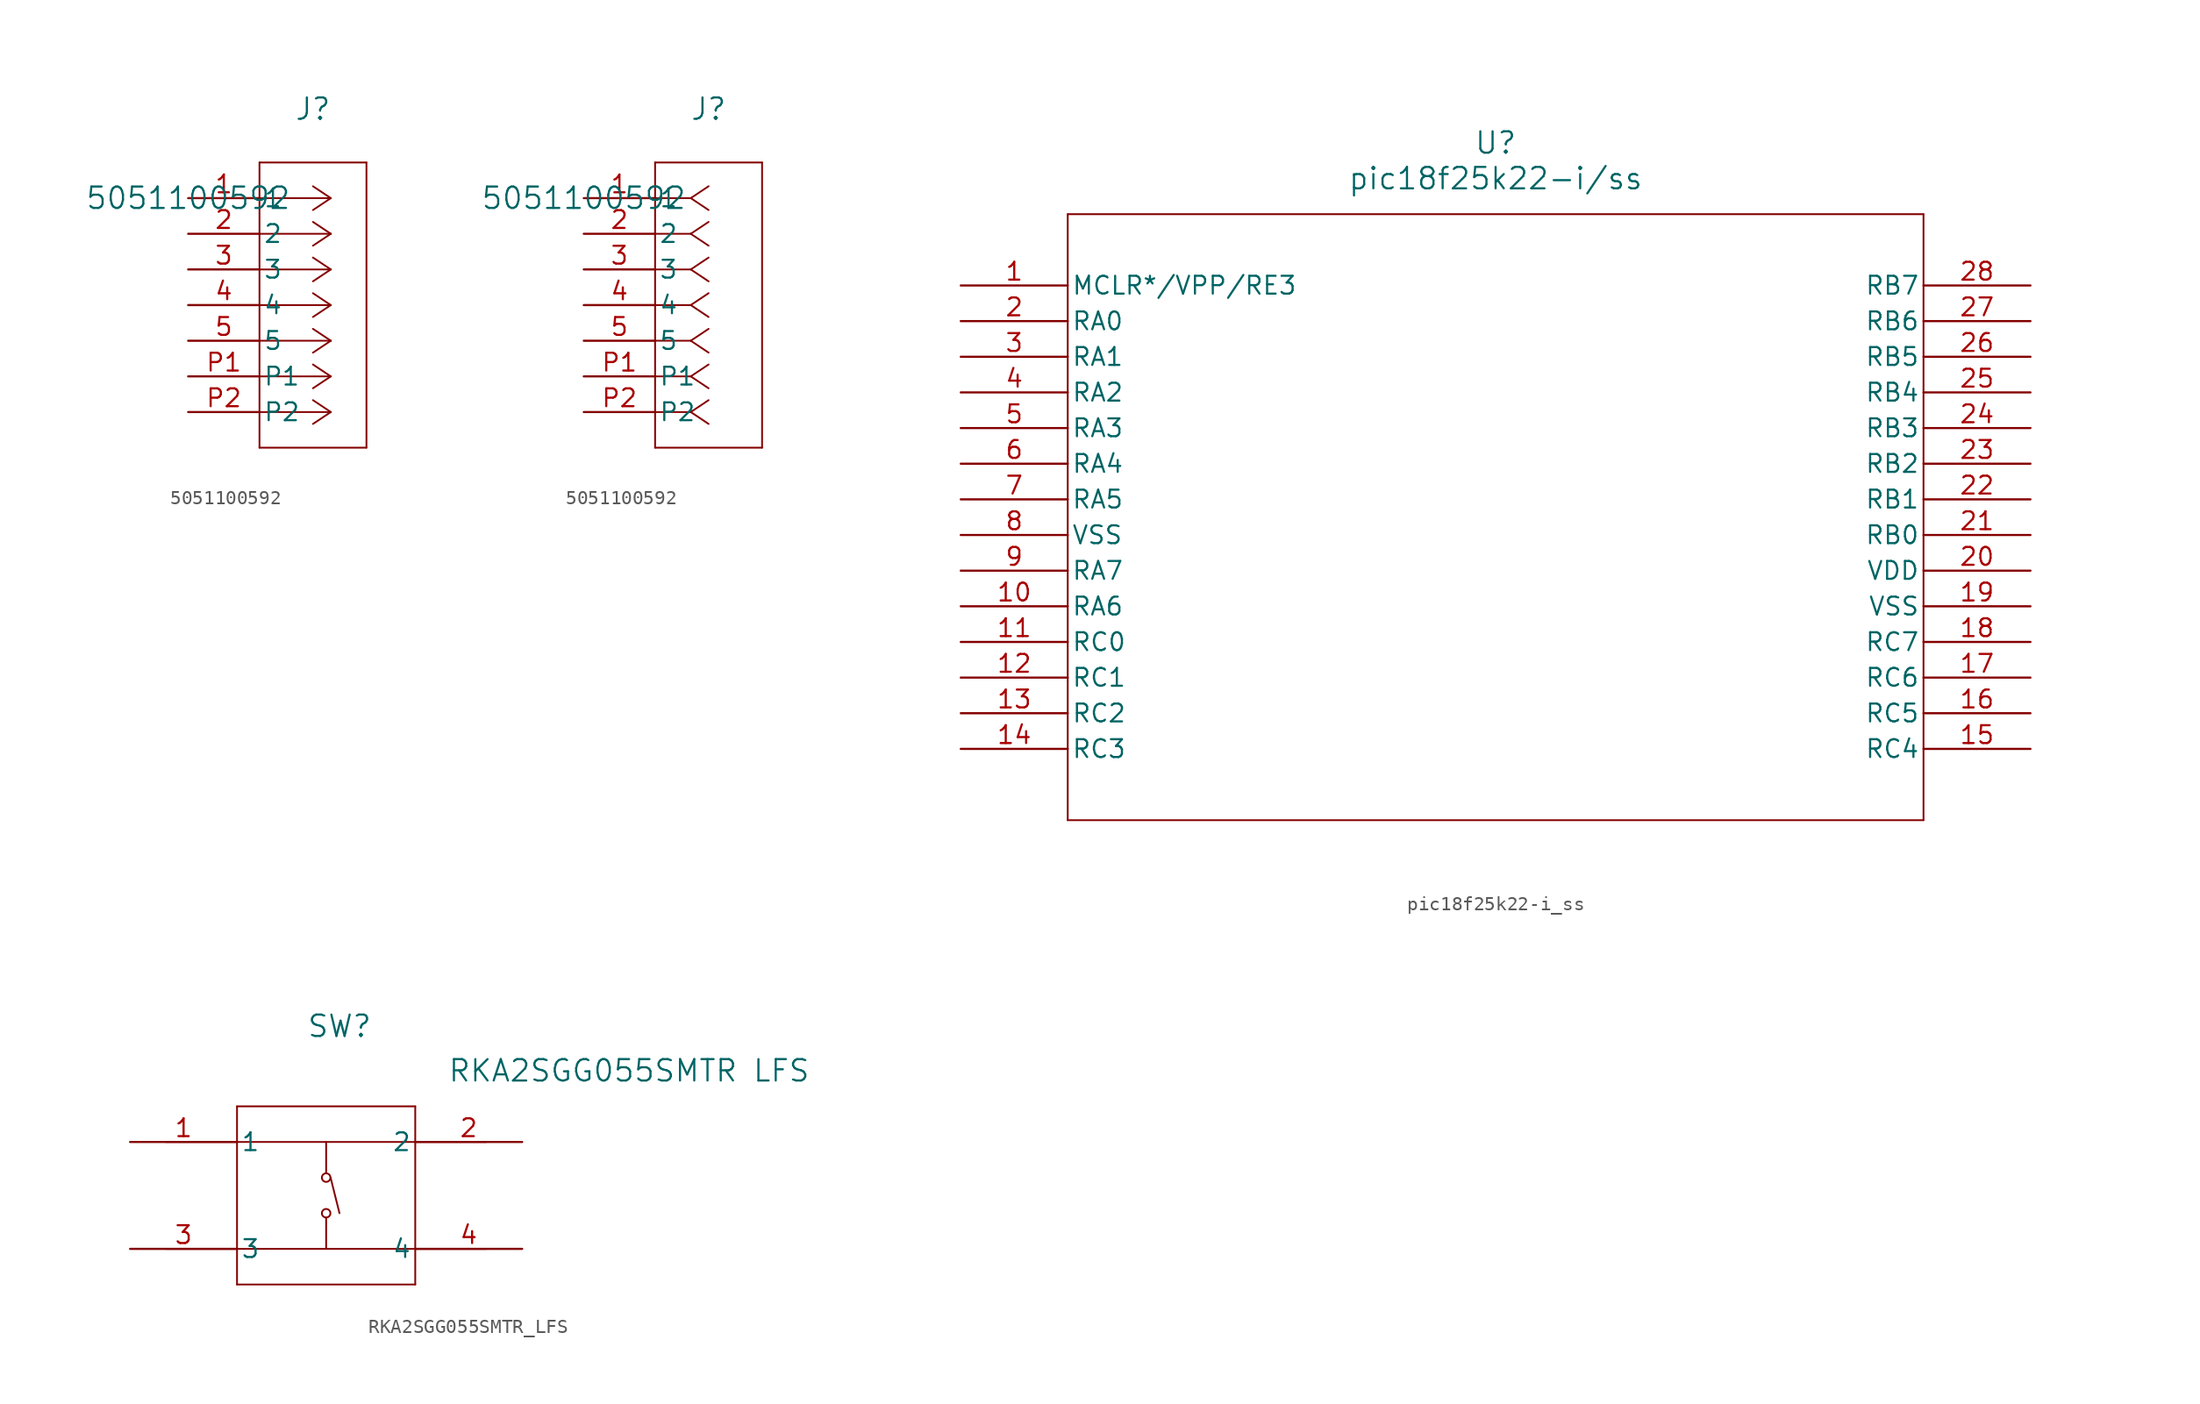
<source format=kicad_sym>
(kicad_symbol_lib
  (version 20220914)
  (generator kicad_symbol_editor)
  (symbol "5051100592"
    (pin_names
      (offset 0.254))
    (property "Reference" "J"
      (at 8.89 6.35 0)
      (effects (font (size 1.524 1.524))))
    (property "Value" "5051100592"
      (at 0 0 0)
      (effects (font (size 1.524 1.524))))
    (property "ki_locked" ""
      (at 0 0 0)
      (effects (font (size 1.27 1.27))))
    (symbol "5051100592_1_1"
      (polyline (pts (xy 5.08 -17.78) (xy 12.7 -17.78)) (stroke (width 0.127) (type default)) (fill (type none)))
      (polyline (pts (xy 5.08 2.54) (xy 5.08 -17.78)) (stroke (width 0.127) (type default)) (fill (type none)))
      (polyline (pts (xy 10.16 -15.24) (xy 5.08 -15.24)) (stroke (width 0.127) (type default)) (fill (type none)))
      (polyline (pts (xy 10.16 -15.24) (xy 8.89 -16.087)) (stroke (width 0.127) (type default)) (fill (type none)))
      (polyline (pts (xy 10.16 -15.24) (xy 8.89 -14.393)) (stroke (width 0.127) (type default)) (fill (type none)))
      (polyline (pts (xy 10.16 -12.7) (xy 5.08 -12.7)) (stroke (width 0.127) (type default)) (fill (type none)))
      (polyline (pts (xy 10.16 -12.7) (xy 8.89 -13.547)) (stroke (width 0.127) (type default)) (fill (type none)))
      (polyline (pts (xy 10.16 -12.7) (xy 8.89 -11.853)) (stroke (width 0.127) (type default)) (fill (type none)))
      (polyline (pts (xy 10.16 -10.16) (xy 5.08 -10.16)) (stroke (width 0.127) (type default)) (fill (type none)))
      (polyline (pts (xy 10.16 -10.16) (xy 8.89 -11.007)) (stroke (width 0.127) (type default)) (fill (type none)))
      (polyline (pts (xy 10.16 -10.16) (xy 8.89 -9.313)) (stroke (width 0.127) (type default)) (fill (type none)))
      (polyline (pts (xy 10.16 -7.62) (xy 5.08 -7.62)) (stroke (width 0.127) (type default)) (fill (type none)))
      (polyline (pts (xy 10.16 -7.62) (xy 8.89 -8.467)) (stroke (width 0.127) (type default)) (fill (type none)))
      (polyline (pts (xy 10.16 -7.62) (xy 8.89 -6.773)) (stroke (width 0.127) (type default)) (fill (type none)))
      (polyline (pts (xy 10.16 -5.08) (xy 5.08 -5.08)) (stroke (width 0.127) (type default)) (fill (type none)))
      (polyline (pts (xy 10.16 -5.08) (xy 8.89 -5.927)) (stroke (width 0.127) (type default)) (fill (type none)))
      (polyline (pts (xy 10.16 -5.08) (xy 8.89 -4.233)) (stroke (width 0.127) (type default)) (fill (type none)))
      (polyline (pts (xy 10.16 -2.54) (xy 5.08 -2.54)) (stroke (width 0.127) (type default)) (fill (type none)))
      (polyline (pts (xy 10.16 -2.54) (xy 8.89 -3.387)) (stroke (width 0.127) (type default)) (fill (type none)))
      (polyline (pts (xy 10.16 -2.54) (xy 8.89 -1.693)) (stroke (width 0.127) (type default)) (fill (type none)))
      (polyline (pts (xy 10.16 0) (xy 5.08 0)) (stroke (width 0.127) (type default)) (fill (type none)))
      (polyline (pts (xy 10.16 0) (xy 8.89 -0.847)) (stroke (width 0.127) (type default)) (fill (type none)))
      (polyline (pts (xy 10.16 0) (xy 8.89 0.847)) (stroke (width 0.127) (type default)) (fill (type none)))
      (polyline (pts (xy 12.7 -17.78) (xy 12.7 2.54)) (stroke (width 0.127) (type default)) (fill (type none)))
      (polyline (pts (xy 12.7 2.54) (xy 5.08 2.54)) (stroke (width 0.127) (type default)) (fill (type none)))
      (pin unspecified line (at 0 0 0) (length 5.08) (name "1" (effects (font (size 1.27 1.27)))) (number "1" (effects (font (size 1.27 1.27)))))
      (pin unspecified line (at 0 -2.54 0) (length 5.08) (name "2" (effects (font (size 1.27 1.27)))) (number "2" (effects (font (size 1.27 1.27)))))
      (pin unspecified line (at 0 -5.08 0) (length 5.08) (name "3" (effects (font (size 1.27 1.27)))) (number "3" (effects (font (size 1.27 1.27)))))
      (pin unspecified line (at 0 -7.62 0) (length 5.08) (name "4" (effects (font (size 1.27 1.27)))) (number "4" (effects (font (size 1.27 1.27)))))
      (pin unspecified line (at 0 -10.16 0) (length 5.08) (name "5" (effects (font (size 1.27 1.27)))) (number "5" (effects (font (size 1.27 1.27)))))
      (pin unspecified line (at 0 -12.7 0) (length 5.08) (name "P1" (effects (font (size 1.27 1.27)))) (number "P1" (effects (font (size 1.27 1.27)))))
      (pin unspecified line (at 0 -15.24 0) (length 5.08) (name "P2" (effects (font (size 1.27 1.27)))) (number "P2" (effects (font (size 1.27 1.27))))))
    (symbol "5051100592_1_2"
      (polyline (pts (xy 5.08 -17.78) (xy 12.7 -17.78)) (stroke (width 0.127) (type default)) (fill (type none)))
      (polyline (pts (xy 5.08 2.54) (xy 5.08 -17.78)) (stroke (width 0.127) (type default)) (fill (type none)))
      (polyline (pts (xy 7.62 -15.24) (xy 5.08 -15.24)) (stroke (width 0.127) (type default)) (fill (type none)))
      (polyline (pts (xy 7.62 -15.24) (xy 8.89 -16.087)) (stroke (width 0.127) (type default)) (fill (type none)))
      (polyline (pts (xy 7.62 -15.24) (xy 8.89 -14.393)) (stroke (width 0.127) (type default)) (fill (type none)))
      (polyline (pts (xy 7.62 -12.7) (xy 5.08 -12.7)) (stroke (width 0.127) (type default)) (fill (type none)))
      (polyline (pts (xy 7.62 -12.7) (xy 8.89 -13.547)) (stroke (width 0.127) (type default)) (fill (type none)))
      (polyline (pts (xy 7.62 -12.7) (xy 8.89 -11.853)) (stroke (width 0.127) (type default)) (fill (type none)))
      (polyline (pts (xy 7.62 -10.16) (xy 5.08 -10.16)) (stroke (width 0.127) (type default)) (fill (type none)))
      (polyline (pts (xy 7.62 -10.16) (xy 8.89 -11.007)) (stroke (width 0.127) (type default)) (fill (type none)))
      (polyline (pts (xy 7.62 -10.16) (xy 8.89 -9.313)) (stroke (width 0.127) (type default)) (fill (type none)))
      (polyline (pts (xy 7.62 -7.62) (xy 5.08 -7.62)) (stroke (width 0.127) (type default)) (fill (type none)))
      (polyline (pts (xy 7.62 -7.62) (xy 8.89 -8.467)) (stroke (width 0.127) (type default)) (fill (type none)))
      (polyline (pts (xy 7.62 -7.62) (xy 8.89 -6.773)) (stroke (width 0.127) (type default)) (fill (type none)))
      (polyline (pts (xy 7.62 -5.08) (xy 5.08 -5.08)) (stroke (width 0.127) (type default)) (fill (type none)))
      (polyline (pts (xy 7.62 -5.08) (xy 8.89 -5.927)) (stroke (width 0.127) (type default)) (fill (type none)))
      (polyline (pts (xy 7.62 -5.08) (xy 8.89 -4.233)) (stroke (width 0.127) (type default)) (fill (type none)))
      (polyline (pts (xy 7.62 -2.54) (xy 5.08 -2.54)) (stroke (width 0.127) (type default)) (fill (type none)))
      (polyline (pts (xy 7.62 -2.54) (xy 8.89 -3.387)) (stroke (width 0.127) (type default)) (fill (type none)))
      (polyline (pts (xy 7.62 -2.54) (xy 8.89 -1.693)) (stroke (width 0.127) (type default)) (fill (type none)))
      (polyline (pts (xy 7.62 0) (xy 5.08 0)) (stroke (width 0.127) (type default)) (fill (type none)))
      (polyline (pts (xy 7.62 0) (xy 8.89 -0.847)) (stroke (width 0.127) (type default)) (fill (type none)))
      (polyline (pts (xy 7.62 0) (xy 8.89 0.847)) (stroke (width 0.127) (type default)) (fill (type none)))
      (polyline (pts (xy 12.7 -17.78) (xy 12.7 2.54)) (stroke (width 0.127) (type default)) (fill (type none)))
      (polyline (pts (xy 12.7 2.54) (xy 5.08 2.54)) (stroke (width 0.127) (type default)) (fill (type none)))
      (pin unspecified line (at 0 0 0) (length 5.08) (name "1" (effects (font (size 1.27 1.27)))) (number "1" (effects (font (size 1.27 1.27)))))
      (pin unspecified line (at 0 -2.54 0) (length 5.08) (name "2" (effects (font (size 1.27 1.27)))) (number "2" (effects (font (size 1.27 1.27)))))
      (pin unspecified line (at 0 -5.08 0) (length 5.08) (name "3" (effects (font (size 1.27 1.27)))) (number "3" (effects (font (size 1.27 1.27)))))
      (pin unspecified line (at 0 -7.62 0) (length 5.08) (name "4" (effects (font (size 1.27 1.27)))) (number "4" (effects (font (size 1.27 1.27)))))
      (pin unspecified line (at 0 -10.16 0) (length 5.08) (name "5" (effects (font (size 1.27 1.27)))) (number "5" (effects (font (size 1.27 1.27)))))
      (pin unspecified line (at 0 -12.7 0) (length 5.08) (name "P1" (effects (font (size 1.27 1.27)))) (number "P1" (effects (font (size 1.27 1.27)))))
      (pin unspecified line (at 0 -15.24 0) (length 5.08) (name "P2" (effects (font (size 1.27 1.27)))) (number "P2" (effects (font (size 1.27 1.27)))))))
  (symbol "pic18f25k22-i_ss"
    (pin_names
      (offset 0.254))
    (property "Reference" "U"
      (at 38.1 10.16 0)
      (effects (font (size 1.524 1.524))))
    (property "Value" "pic18f25k22-i/ss"
      (at 38.1 7.62 0)
      (effects (font (size 1.524 1.524))))
    (property "ki_locked" ""
      (at 0 0 0)
      (effects (font (size 1.27 1.27))))
    (symbol "pic18f25k22-i_ss_0_1"
      (polyline (pts (xy 7.62 -38.1) (xy 68.58 -38.1)) (stroke (width 0.127) (type default)) (fill (type none)))
      (polyline (pts (xy 7.62 5.08) (xy 7.62 -38.1)) (stroke (width 0.127) (type default)) (fill (type none)))
      (polyline (pts (xy 68.58 -38.1) (xy 68.58 5.08)) (stroke (width 0.127) (type default)) (fill (type none)))
      (polyline (pts (xy 68.58 5.08) (xy 7.62 5.08)) (stroke (width 0.127) (type default)) (fill (type none)))
      (pin bidirectional line (at 0 0 0) (length 7.62) (name "MCLR*/VPP/RE3" (effects (font (size 1.27 1.27)))) (number "1" (effects (font (size 1.27 1.27)))))
      (pin bidirectional line (at 0 -22.86 0) (length 7.62) (name "RA6" (effects (font (size 1.27 1.27)))) (number "10" (effects (font (size 1.27 1.27)))))
      (pin bidirectional line (at 0 -25.4 0) (length 7.62) (name "RC0" (effects (font (size 1.27 1.27)))) (number "11" (effects (font (size 1.27 1.27)))))
      (pin bidirectional line (at 0 -27.94 0) (length 7.62) (name "RC1" (effects (font (size 1.27 1.27)))) (number "12" (effects (font (size 1.27 1.27)))))
      (pin bidirectional line (at 0 -30.48 0) (length 7.62) (name "RC2" (effects (font (size 1.27 1.27)))) (number "13" (effects (font (size 1.27 1.27)))))
      (pin bidirectional line (at 0 -33.02 0) (length 7.62) (name "RC3" (effects (font (size 1.27 1.27)))) (number "14" (effects (font (size 1.27 1.27)))))
      (pin bidirectional line (at 76.2 -33.02 180) (length 7.62) (name "RC4" (effects (font (size 1.27 1.27)))) (number "15" (effects (font (size 1.27 1.27)))))
      (pin bidirectional line (at 76.2 -30.48 180) (length 7.62) (name "RC5" (effects (font (size 1.27 1.27)))) (number "16" (effects (font (size 1.27 1.27)))))
      (pin bidirectional line (at 76.2 -27.94 180) (length 7.62) (name "RC6" (effects (font (size 1.27 1.27)))) (number "17" (effects (font (size 1.27 1.27)))))
      (pin bidirectional line (at 76.2 -25.4 180) (length 7.62) (name "RC7" (effects (font (size 1.27 1.27)))) (number "18" (effects (font (size 1.27 1.27)))))
      (pin power_in line (at 76.2 -22.86 180) (length 7.62) (name "VSS" (effects (font (size 1.27 1.27)))) (number "19" (effects (font (size 1.27 1.27)))))
      (pin bidirectional line (at 0 -2.54 0) (length 7.62) (name "RA0" (effects (font (size 1.27 1.27)))) (number "2" (effects (font (size 1.27 1.27)))))
      (pin power_in line (at 76.2 -20.32 180) (length 7.62) (name "VDD" (effects (font (size 1.27 1.27)))) (number "20" (effects (font (size 1.27 1.27)))))
      (pin bidirectional line (at 76.2 -17.78 180) (length 7.62) (name "RB0" (effects (font (size 1.27 1.27)))) (number "21" (effects (font (size 1.27 1.27)))))
      (pin bidirectional line (at 76.2 -15.24 180) (length 7.62) (name "RB1" (effects (font (size 1.27 1.27)))) (number "22" (effects (font (size 1.27 1.27)))))
      (pin bidirectional line (at 76.2 -12.7 180) (length 7.62) (name "RB2" (effects (font (size 1.27 1.27)))) (number "23" (effects (font (size 1.27 1.27)))))
      (pin bidirectional line (at 76.2 -10.16 180) (length 7.62) (name "RB3" (effects (font (size 1.27 1.27)))) (number "24" (effects (font (size 1.27 1.27)))))
      (pin bidirectional line (at 76.2 -7.62 180) (length 7.62) (name "RB4" (effects (font (size 1.27 1.27)))) (number "25" (effects (font (size 1.27 1.27)))))
      (pin bidirectional line (at 76.2 -5.08 180) (length 7.62) (name "RB5" (effects (font (size 1.27 1.27)))) (number "26" (effects (font (size 1.27 1.27)))))
      (pin bidirectional line (at 76.2 -2.54 180) (length 7.62) (name "RB6" (effects (font (size 1.27 1.27)))) (number "27" (effects (font (size 1.27 1.27)))))
      (pin bidirectional line (at 76.2 0 180) (length 7.62) (name "RB7" (effects (font (size 1.27 1.27)))) (number "28" (effects (font (size 1.27 1.27)))))
      (pin bidirectional line (at 0 -5.08 0) (length 7.62) (name "RA1" (effects (font (size 1.27 1.27)))) (number "3" (effects (font (size 1.27 1.27)))))
      (pin bidirectional line (at 0 -7.62 0) (length 7.62) (name "RA2" (effects (font (size 1.27 1.27)))) (number "4" (effects (font (size 1.27 1.27)))))
      (pin bidirectional line (at 0 -10.16 0) (length 7.62) (name "RA3" (effects (font (size 1.27 1.27)))) (number "5" (effects (font (size 1.27 1.27)))))
      (pin bidirectional line (at 0 -12.7 0) (length 7.62) (name "RA4" (effects (font (size 1.27 1.27)))) (number "6" (effects (font (size 1.27 1.27)))))
      (pin bidirectional line (at 0 -15.24 0) (length 7.62) (name "RA5" (effects (font (size 1.27 1.27)))) (number "7" (effects (font (size 1.27 1.27)))))
      (pin power_in line (at 0 -17.78 0) (length 7.62) (name "VSS" (effects (font (size 1.27 1.27)))) (number "8" (effects (font (size 1.27 1.27)))))
      (pin bidirectional line (at 0 -20.32 0) (length 7.62) (name "RA7" (effects (font (size 1.27 1.27)))) (number "9" (effects (font (size 1.27 1.27)))))))
  (symbol "RKA2SGG055SMTR_LFS"
    (pin_names
      (offset 0.254))
    (property "Reference" "SW"
      (at 14.922 8.255 0)
      (effects (font (size 1.524 1.524))))
    (property "Value" "RKA2SGG055SMTR LFS"
      (at 35.56 5.08 0)
      (effects (font (size 1.524 1.524))))
    (property "ki_locked" ""
      (at 0 0 0)
      (effects (font (size 1.27 1.27))))
    (symbol "RKA2SGG055SMTR_LFS_0_1"
      (polyline (pts (xy 2.54 0) (xy 25.4 0)) (stroke (width 0.127) (type default)) (fill (type none)))
      (polyline (pts (xy 7.62 -10.16) (xy 20.32 -10.16)) (stroke (width 0.127) (type default)) (fill (type none)))
      (polyline (pts (xy 7.62 2.54) (xy 7.62 -10.16)) (stroke (width 0.127) (type default)) (fill (type none)))
      (polyline (pts (xy 13.97 -7.62) (xy 13.97 -5.397)) (stroke (width 0.127) (type default)) (fill (type none)))
      (polyline (pts (xy 13.97 0) (xy 13.97 -2.235)) (stroke (width 0.127) (type default)) (fill (type none)))
      (polyline (pts (xy 14.287 -2.54) (xy 14.922 -5.08)) (stroke (width 0.127) (type default)) (fill (type none)))
      (polyline (pts (xy 20.32 -10.16) (xy 20.32 2.54)) (stroke (width 0.127) (type default)) (fill (type none)))
      (polyline (pts (xy 20.32 2.54) (xy 7.62 2.54)) (stroke (width 0.127) (type default)) (fill (type none)))
      (polyline (pts (xy 25.4 -7.62) (xy 2.54 -7.62)) (stroke (width 0.127) (type default)) (fill (type none)))
      (circle (center 13.97 -5.08) (radius 0.305) (stroke (width 0.127) (type default)) (fill (type none)))
      (circle (center 13.97 -2.54) (radius 0.305) (stroke (width 0.127) (type default)) (fill (type none)))
      (pin unspecified line (at 0 0 0) (length 7.62) (name "1" (effects (font (size 1.27 1.27)))) (number "1" (effects (font (size 1.27 1.27)))))
      (pin unspecified line (at 27.94 0 180) (length 7.62) (name "2" (effects (font (size 1.27 1.27)))) (number "2" (effects (font (size 1.27 1.27)))))
      (pin unspecified line (at 0 -7.62 0) (length 7.62) (name "3" (effects (font (size 1.27 1.27)))) (number "3" (effects (font (size 1.27 1.27)))))
      (pin unspecified line (at 27.94 -7.62 180) (length 7.62) (name "4" (effects (font (size 1.27 1.27)))) (number "4" (effects (font (size 1.27 1.27))))))))
</source>
